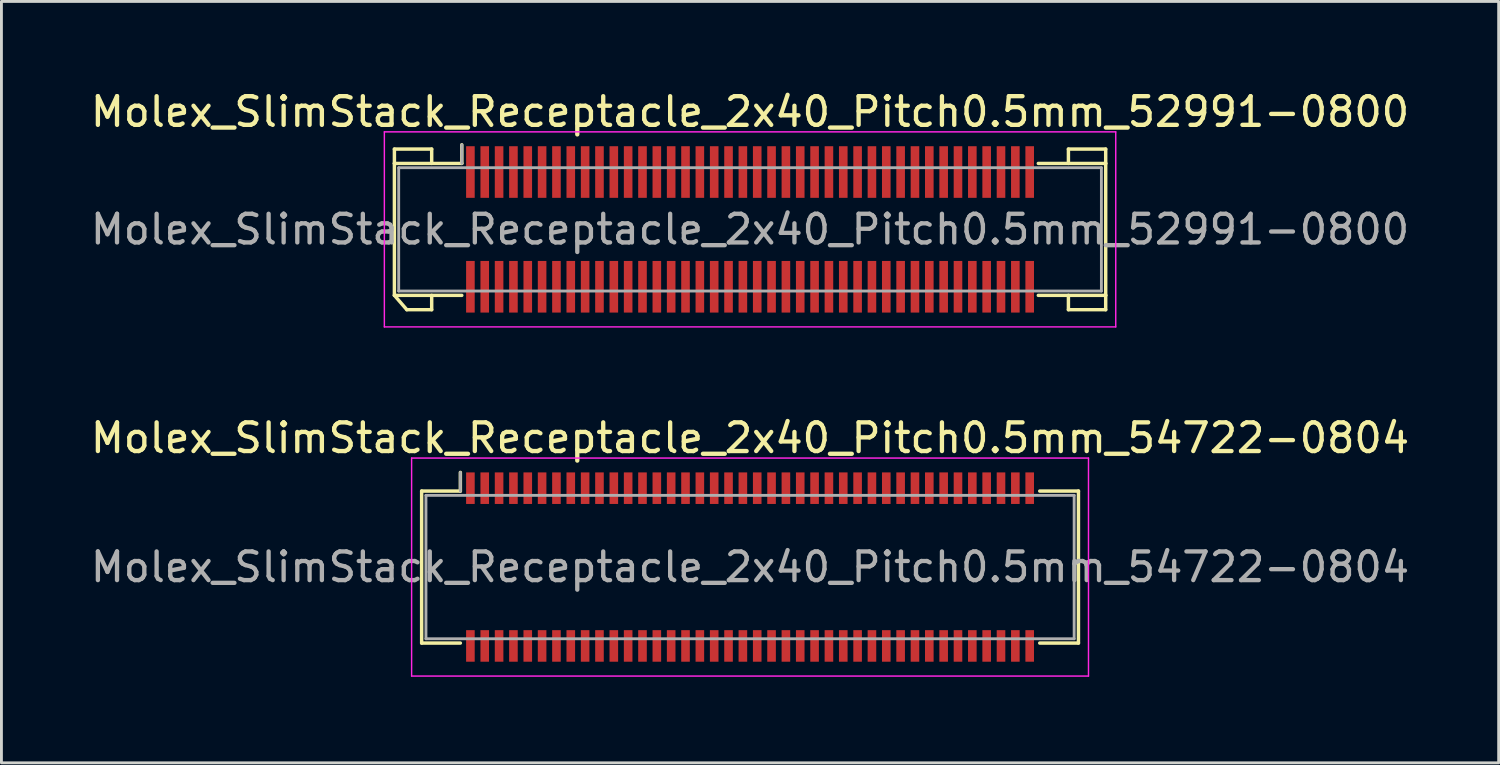
<source format=kicad_pcb>
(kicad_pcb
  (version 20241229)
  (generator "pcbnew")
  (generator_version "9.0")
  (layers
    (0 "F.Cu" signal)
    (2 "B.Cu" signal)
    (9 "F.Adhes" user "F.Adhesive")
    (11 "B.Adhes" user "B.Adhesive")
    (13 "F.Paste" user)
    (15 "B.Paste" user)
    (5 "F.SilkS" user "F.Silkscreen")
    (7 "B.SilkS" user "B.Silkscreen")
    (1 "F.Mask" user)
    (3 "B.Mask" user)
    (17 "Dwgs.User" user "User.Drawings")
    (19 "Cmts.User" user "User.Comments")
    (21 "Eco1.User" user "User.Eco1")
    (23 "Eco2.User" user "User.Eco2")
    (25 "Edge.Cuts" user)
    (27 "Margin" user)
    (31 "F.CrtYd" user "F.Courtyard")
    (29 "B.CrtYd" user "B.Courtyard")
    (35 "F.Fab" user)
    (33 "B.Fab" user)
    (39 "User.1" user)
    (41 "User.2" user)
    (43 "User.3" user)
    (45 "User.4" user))
  (footprint "Molex_SlimStack_Receptacle_2x40_Pitch0.5mm_52991-0800"
    (layer "F.Cu")
    (at 23.101 4.948)
    (property "Reference" "Molex_SlimStack_Receptacle_2x40_Pitch0.5mm_52991-0800" (at 0 -4.1 0) (layer "F.SilkS") (effects (font (size 1 1) (thickness 0.15))))
    (attr smd)
    (fp_line (start -12.4 -2.8) (end -11.1 -2.8) (stroke (width 0.12) (type solid)) (layer "F.SilkS"))
    (fp_line (start -12.4 -2.3) (end -12.4 -2.8) (stroke (width 0.12) (type solid)) (layer "F.SilkS"))
    (fp_line (start -12.4 -2.3) (end -10.05 -2.3) (stroke (width 0.12) (type solid)) (layer "F.SilkS"))
    (fp_line (start -12.4 2.3) (end -12.4 -2.3) (stroke (width 0.12) (type solid)) (layer "F.SilkS"))
    (fp_line (start -12.4 2.3) (end -11.967 2.8) (stroke (width 0.12) (type solid)) (layer "F.SilkS"))
    (fp_line (start -11.967 2.8) (end -11.1 2.8) (stroke (width 0.12) (type solid)) (layer "F.SilkS"))
    (fp_line (start -11.1 -2.8) (end -11.1 -2.3) (stroke (width 0.12) (type solid)) (layer "F.SilkS"))
    (fp_line (start -11.1 2.8) (end -11.1 2.3) (stroke (width 0.12) (type solid)) (layer "F.SilkS"))
    (fp_line (start -10.05 -2.3) (end -10.05 -2.95) (stroke (width 0.12) (type solid)) (layer "F.SilkS"))
    (fp_line (start -10.05 2.3) (end -12.4 2.3) (stroke (width 0.12) (type solid)) (layer "F.SilkS"))
    (fp_line (start 10.05 2.3) (end 12.4 2.3) (stroke (width 0.12) (type solid)) (layer "F.SilkS"))
    (fp_line (start 11.1 -2.8) (end 11.1 -2.3) (stroke (width 0.12) (type solid)) (layer "F.SilkS"))
    (fp_line (start 11.1 2.8) (end 11.1 2.3) (stroke (width 0.12) (type solid)) (layer "F.SilkS"))
    (fp_line (start 12.4 -2.8) (end 11.1 -2.8) (stroke (width 0.12) (type solid)) (layer "F.SilkS"))
    (fp_line (start 12.4 -2.3) (end 10.05 -2.3) (stroke (width 0.12) (type solid)) (layer "F.SilkS"))
    (fp_line (start 12.4 -2.3) (end 12.4 -2.8) (stroke (width 0.12) (type solid)) (layer "F.SilkS"))
    (fp_line (start 12.4 2.3) (end 12.4 -2.3) (stroke (width 0.12) (type solid)) (layer "F.SilkS"))
    (fp_line (start 12.4 2.3) (end 12.4 2.8) (stroke (width 0.12) (type solid)) (layer "F.SilkS"))
    (fp_line (start 12.4 2.8) (end 11.1 2.8) (stroke (width 0.12) (type solid)) (layer "F.SilkS"))
    (fp_line (start -12.75 -3.4) (end -12.75 3.4) (stroke (width 0.05) (type solid)) (layer "F.CrtYd"))
    (fp_line (start -12.75 3.4) (end 12.75 3.4) (stroke (width 0.05) (type solid)) (layer "F.CrtYd"))
    (fp_line (start 12.75 -3.4) (end -12.75 -3.4) (stroke (width 0.05) (type solid)) (layer "F.CrtYd"))
    (fp_line (start 12.75 3.4) (end 12.75 -3.4) (stroke (width 0.05) (type solid)) (layer "F.CrtYd"))
    (fp_line (start -12.25 -2.15) (end -12.25 2.15) (stroke (width 0.1) (type solid)) (layer "F.Fab"))
    (fp_line (start -12.25 2.15) (end 12.25 2.15) (stroke (width 0.1) (type solid)) (layer "F.Fab"))
    (fp_line (start -10.05 -2.3) (end -10.05 -2.95) (stroke (width 0.1) (type solid)) (layer "F.Fab"))
    (fp_line (start 12.25 -2.15) (end -12.25 -2.15) (stroke (width 0.1) (type solid)) (layer "F.Fab"))
    (fp_line (start 12.25 2.15) (end 12.25 -2.15) (stroke (width 0.1) (type solid)) (layer "F.Fab"))
    (fp_text user "${REFERENCE}" (at 0 0 0) (layer "F.Fab") (effects (font (size 1 1) (thickness 0.15))))
    (pad "1" smd rect (at -9.75 -2) (size 0.3 1.8) (layers "F.Cu" "F.Mask" "F.Paste"))
    (pad "2" smd rect (at -9.75 2) (size 0.3 1.8) (layers "F.Cu" "F.Mask" "F.Paste"))
    (pad "3" smd rect (at -9.25 -2) (size 0.3 1.8) (layers "F.Cu" "F.Mask" "F.Paste"))
    (pad "4" smd rect (at -9.25 2) (size 0.3 1.8) (layers "F.Cu" "F.Mask" "F.Paste"))
    (pad "5" smd rect (at -8.75 -2) (size 0.3 1.8) (layers "F.Cu" "F.Mask" "F.Paste"))
    (pad "6" smd rect (at -8.75 2) (size 0.3 1.8) (layers "F.Cu" "F.Mask" "F.Paste"))
    (pad "7" smd rect (at -8.25 -2) (size 0.3 1.8) (layers "F.Cu" "F.Mask" "F.Paste"))
    (pad "8" smd rect (at -8.25 2) (size 0.3 1.8) (layers "F.Cu" "F.Mask" "F.Paste"))
    (pad "9" smd rect (at -7.75 -2) (size 0.3 1.8) (layers "F.Cu" "F.Mask" "F.Paste"))
    (pad "10" smd rect (at -7.75 2) (size 0.3 1.8) (layers "F.Cu" "F.Mask" "F.Paste"))
    (pad "11" smd rect (at -7.25 -2) (size 0.3 1.8) (layers "F.Cu" "F.Mask" "F.Paste"))
    (pad "12" smd rect (at -7.25 2) (size 0.3 1.8) (layers "F.Cu" "F.Mask" "F.Paste"))
    (pad "13" smd rect (at -6.75 -2) (size 0.3 1.8) (layers "F.Cu" "F.Mask" "F.Paste"))
    (pad "14" smd rect (at -6.75 2) (size 0.3 1.8) (layers "F.Cu" "F.Mask" "F.Paste"))
    (pad "15" smd rect (at -6.25 -2) (size 0.3 1.8) (layers "F.Cu" "F.Mask" "F.Paste"))
    (pad "16" smd rect (at -6.25 2) (size 0.3 1.8) (layers "F.Cu" "F.Mask" "F.Paste"))
    (pad "17" smd rect (at -5.75 -2) (size 0.3 1.8) (layers "F.Cu" "F.Mask" "F.Paste"))
    (pad "18" smd rect (at -5.75 2) (size 0.3 1.8) (layers "F.Cu" "F.Mask" "F.Paste"))
    (pad "19" smd rect (at -5.25 -2) (size 0.3 1.8) (layers "F.Cu" "F.Mask" "F.Paste"))
    (pad "20" smd rect (at -5.25 2) (size 0.3 1.8) (layers "F.Cu" "F.Mask" "F.Paste"))
    (pad "21" smd rect (at -4.75 -2) (size 0.3 1.8) (layers "F.Cu" "F.Mask" "F.Paste"))
    (pad "22" smd rect (at -4.75 2) (size 0.3 1.8) (layers "F.Cu" "F.Mask" "F.Paste"))
    (pad "23" smd rect (at -4.25 -2) (size 0.3 1.8) (layers "F.Cu" "F.Mask" "F.Paste"))
    (pad "24" smd rect (at -4.25 2) (size 0.3 1.8) (layers "F.Cu" "F.Mask" "F.Paste"))
    (pad "25" smd rect (at -3.75 -2) (size 0.3 1.8) (layers "F.Cu" "F.Mask" "F.Paste"))
    (pad "26" smd rect (at -3.75 2) (size 0.3 1.8) (layers "F.Cu" "F.Mask" "F.Paste"))
    (pad "27" smd rect (at -3.25 -2) (size 0.3 1.8) (layers "F.Cu" "F.Mask" "F.Paste"))
    (pad "28" smd rect (at -3.25 2) (size 0.3 1.8) (layers "F.Cu" "F.Mask" "F.Paste"))
    (pad "29" smd rect (at -2.75 -2) (size 0.3 1.8) (layers "F.Cu" "F.Mask" "F.Paste"))
    (pad "30" smd rect (at -2.75 2) (size 0.3 1.8) (layers "F.Cu" "F.Mask" "F.Paste"))
    (pad "31" smd rect (at -2.25 -2) (size 0.3 1.8) (layers "F.Cu" "F.Mask" "F.Paste"))
    (pad "32" smd rect (at -2.25 2) (size 0.3 1.8) (layers "F.Cu" "F.Mask" "F.Paste"))
    (pad "33" smd rect (at -1.75 -2) (size 0.3 1.8) (layers "F.Cu" "F.Mask" "F.Paste"))
    (pad "34" smd rect (at -1.75 2) (size 0.3 1.8) (layers "F.Cu" "F.Mask" "F.Paste"))
    (pad "35" smd rect (at -1.25 -2) (size 0.3 1.8) (layers "F.Cu" "F.Mask" "F.Paste"))
    (pad "36" smd rect (at -1.25 2) (size 0.3 1.8) (layers "F.Cu" "F.Mask" "F.Paste"))
    (pad "37" smd rect (at -0.75 -2) (size 0.3 1.8) (layers "F.Cu" "F.Mask" "F.Paste"))
    (pad "38" smd rect (at -0.75 2) (size 0.3 1.8) (layers "F.Cu" "F.Mask" "F.Paste"))
    (pad "39" smd rect (at -0.25 -2) (size 0.3 1.8) (layers "F.Cu" "F.Mask" "F.Paste"))
    (pad "40" smd rect (at -0.25 2) (size 0.3 1.8) (layers "F.Cu" "F.Mask" "F.Paste"))
    (pad "41" smd rect (at 0.25 -2) (size 0.3 1.8) (layers "F.Cu" "F.Mask" "F.Paste"))
    (pad "42" smd rect (at 0.25 2) (size 0.3 1.8) (layers "F.Cu" "F.Mask" "F.Paste"))
    (pad "43" smd rect (at 0.75 -2) (size 0.3 1.8) (layers "F.Cu" "F.Mask" "F.Paste"))
    (pad "44" smd rect (at 0.75 2) (size 0.3 1.8) (layers "F.Cu" "F.Mask" "F.Paste"))
    (pad "45" smd rect (at 1.25 -2) (size 0.3 1.8) (layers "F.Cu" "F.Mask" "F.Paste"))
    (pad "46" smd rect (at 1.25 2) (size 0.3 1.8) (layers "F.Cu" "F.Mask" "F.Paste"))
    (pad "47" smd rect (at 1.75 -2) (size 0.3 1.8) (layers "F.Cu" "F.Mask" "F.Paste"))
    (pad "48" smd rect (at 1.75 2) (size 0.3 1.8) (layers "F.Cu" "F.Mask" "F.Paste"))
    (pad "49" smd rect (at 2.25 -2) (size 0.3 1.8) (layers "F.Cu" "F.Mask" "F.Paste"))
    (pad "50" smd rect (at 2.25 2) (size 0.3 1.8) (layers "F.Cu" "F.Mask" "F.Paste"))
    (pad "51" smd rect (at 2.75 -2) (size 0.3 1.8) (layers "F.Cu" "F.Mask" "F.Paste"))
    (pad "52" smd rect (at 2.75 2) (size 0.3 1.8) (layers "F.Cu" "F.Mask" "F.Paste"))
    (pad "53" smd rect (at 3.25 -2) (size 0.3 1.8) (layers "F.Cu" "F.Mask" "F.Paste"))
    (pad "54" smd rect (at 3.25 2) (size 0.3 1.8) (layers "F.Cu" "F.Mask" "F.Paste"))
    (pad "55" smd rect (at 3.75 -2) (size 0.3 1.8) (layers "F.Cu" "F.Mask" "F.Paste"))
    (pad "56" smd rect (at 3.75 2) (size 0.3 1.8) (layers "F.Cu" "F.Mask" "F.Paste"))
    (pad "57" smd rect (at 4.25 -2) (size 0.3 1.8) (layers "F.Cu" "F.Mask" "F.Paste"))
    (pad "58" smd rect (at 4.25 2) (size 0.3 1.8) (layers "F.Cu" "F.Mask" "F.Paste"))
    (pad "59" smd rect (at 4.75 -2) (size 0.3 1.8) (layers "F.Cu" "F.Mask" "F.Paste"))
    (pad "60" smd rect (at 4.75 2) (size 0.3 1.8) (layers "F.Cu" "F.Mask" "F.Paste"))
    (pad "61" smd rect (at 5.25 -2) (size 0.3 1.8) (layers "F.Cu" "F.Mask" "F.Paste"))
    (pad "62" smd rect (at 5.25 2) (size 0.3 1.8) (layers "F.Cu" "F.Mask" "F.Paste"))
    (pad "63" smd rect (at 5.75 -2) (size 0.3 1.8) (layers "F.Cu" "F.Mask" "F.Paste"))
    (pad "64" smd rect (at 5.75 2) (size 0.3 1.8) (layers "F.Cu" "F.Mask" "F.Paste"))
    (pad "65" smd rect (at 6.25 -2) (size 0.3 1.8) (layers "F.Cu" "F.Mask" "F.Paste"))
    (pad "66" smd rect (at 6.25 2) (size 0.3 1.8) (layers "F.Cu" "F.Mask" "F.Paste"))
    (pad "67" smd rect (at 6.75 -2) (size 0.3 1.8) (layers "F.Cu" "F.Mask" "F.Paste"))
    (pad "68" smd rect (at 6.75 2) (size 0.3 1.8) (layers "F.Cu" "F.Mask" "F.Paste"))
    (pad "69" smd rect (at 7.25 -2) (size 0.3 1.8) (layers "F.Cu" "F.Mask" "F.Paste"))
    (pad "70" smd rect (at 7.25 2) (size 0.3 1.8) (layers "F.Cu" "F.Mask" "F.Paste"))
    (pad "71" smd rect (at 7.75 -2) (size 0.3 1.8) (layers "F.Cu" "F.Mask" "F.Paste"))
    (pad "72" smd rect (at 7.75 2) (size 0.3 1.8) (layers "F.Cu" "F.Mask" "F.Paste"))
    (pad "73" smd rect (at 8.25 -2) (size 0.3 1.8) (layers "F.Cu" "F.Mask" "F.Paste"))
    (pad "74" smd rect (at 8.25 2) (size 0.3 1.8) (layers "F.Cu" "F.Mask" "F.Paste"))
    (pad "75" smd rect (at 8.75 -2) (size 0.3 1.8) (layers "F.Cu" "F.Mask" "F.Paste"))
    (pad "76" smd rect (at 8.75 2) (size 0.3 1.8) (layers "F.Cu" "F.Mask" "F.Paste"))
    (pad "77" smd rect (at 9.25 -2) (size 0.3 1.8) (layers "F.Cu" "F.Mask" "F.Paste"))
    (pad "78" smd rect (at 9.25 2) (size 0.3 1.8) (layers "F.Cu" "F.Mask" "F.Paste"))
    (pad "79" smd rect (at 9.75 -2) (size 0.3 1.8) (layers "F.Cu" "F.Mask" "F.Paste"))
    (pad "80" smd rect (at 9.75 2) (size 0.3 1.8) (layers "F.Cu" "F.Mask" "F.Paste")))
  (footprint "Molex_SlimStack_Receptacle_2x40_Pitch0.5mm_54722-0804"
    (layer "F.Cu")
    (at 23.101 16.721)
    (property "Reference" "Molex_SlimStack_Receptacle_2x40_Pitch0.5mm_54722-0804" (at 0 -4.5 0) (layer "F.SilkS") (effects (font (size 1 1) (thickness 0.15))))
    (attr smd)
    (fp_line (start -11.45 -2.65) (end -10.1 -2.65) (stroke (width 0.12) (type solid)) (layer "F.SilkS"))
    (fp_line (start -11.45 2.65) (end -11.45 -2.65) (stroke (width 0.12) (type solid)) (layer "F.SilkS"))
    (fp_line (start -10.1 -2.65) (end -10.1 -3.3) (stroke (width 0.12) (type solid)) (layer "F.SilkS"))
    (fp_line (start -10.1 2.65) (end -11.45 2.65) (stroke (width 0.12) (type solid)) (layer "F.SilkS"))
    (fp_line (start 10.1 2.65) (end 11.45 2.65) (stroke (width 0.12) (type solid)) (layer "F.SilkS"))
    (fp_line (start 11.45 -2.65) (end 10.1 -2.65) (stroke (width 0.12) (type solid)) (layer "F.SilkS"))
    (fp_line (start 11.45 2.65) (end 11.45 -2.65) (stroke (width 0.12) (type solid)) (layer "F.SilkS"))
    (fp_line (start -11.8 -3.8) (end -11.8 3.8) (stroke (width 0.05) (type solid)) (layer "F.CrtYd"))
    (fp_line (start -11.8 3.8) (end 11.8 3.8) (stroke (width 0.05) (type solid)) (layer "F.CrtYd"))
    (fp_line (start 11.8 -3.8) (end -11.8 -3.8) (stroke (width 0.05) (type solid)) (layer "F.CrtYd"))
    (fp_line (start 11.8 3.8) (end 11.8 -3.8) (stroke (width 0.05) (type solid)) (layer "F.CrtYd"))
    (fp_line (start -11.3 -2.5) (end -11.3 2.5) (stroke (width 0.1) (type solid)) (layer "F.Fab"))
    (fp_line (start -11.3 2.5) (end 11.3 2.5) (stroke (width 0.1) (type solid)) (layer "F.Fab"))
    (fp_line (start -10.1 -2.65) (end -10.1 -3.3) (stroke (width 0.1) (type solid)) (layer "F.Fab"))
    (fp_line (start 11.3 -2.5) (end -11.3 -2.5) (stroke (width 0.1) (type solid)) (layer "F.Fab"))
    (fp_line (start 11.3 2.5) (end 11.3 -2.5) (stroke (width 0.1) (type solid)) (layer "F.Fab"))
    (fp_text user "${REFERENCE}" (at 0 0 0) (layer "F.Fab") (effects (font (size 1 1) (thickness 0.15))))
    (pad "1" smd rect (at -9.75 -2.75) (size 0.3 1.1) (layers "F.Cu" "F.Mask" "F.Paste"))
    (pad "2" smd rect (at -9.75 2.75) (size 0.3 1.1) (layers "F.Cu" "F.Mask" "F.Paste"))
    (pad "3" smd rect (at -9.25 -2.75) (size 0.3 1.1) (layers "F.Cu" "F.Mask" "F.Paste"))
    (pad "4" smd rect (at -9.25 2.75) (size 0.3 1.1) (layers "F.Cu" "F.Mask" "F.Paste"))
    (pad "5" smd rect (at -8.75 -2.75) (size 0.3 1.1) (layers "F.Cu" "F.Mask" "F.Paste"))
    (pad "6" smd rect (at -8.75 2.75) (size 0.3 1.1) (layers "F.Cu" "F.Mask" "F.Paste"))
    (pad "7" smd rect (at -8.25 -2.75) (size 0.3 1.1) (layers "F.Cu" "F.Mask" "F.Paste"))
    (pad "8" smd rect (at -8.25 2.75) (size 0.3 1.1) (layers "F.Cu" "F.Mask" "F.Paste"))
    (pad "9" smd rect (at -7.75 -2.75) (size 0.3 1.1) (layers "F.Cu" "F.Mask" "F.Paste"))
    (pad "10" smd rect (at -7.75 2.75) (size 0.3 1.1) (layers "F.Cu" "F.Mask" "F.Paste"))
    (pad "11" smd rect (at -7.25 -2.75) (size 0.3 1.1) (layers "F.Cu" "F.Mask" "F.Paste"))
    (pad "12" smd rect (at -7.25 2.75) (size 0.3 1.1) (layers "F.Cu" "F.Mask" "F.Paste"))
    (pad "13" smd rect (at -6.75 -2.75) (size 0.3 1.1) (layers "F.Cu" "F.Mask" "F.Paste"))
    (pad "14" smd rect (at -6.75 2.75) (size 0.3 1.1) (layers "F.Cu" "F.Mask" "F.Paste"))
    (pad "15" smd rect (at -6.25 -2.75) (size 0.3 1.1) (layers "F.Cu" "F.Mask" "F.Paste"))
    (pad "16" smd rect (at -6.25 2.75) (size 0.3 1.1) (layers "F.Cu" "F.Mask" "F.Paste"))
    (pad "17" smd rect (at -5.75 -2.75) (size 0.3 1.1) (layers "F.Cu" "F.Mask" "F.Paste"))
    (pad "18" smd rect (at -5.75 2.75) (size 0.3 1.1) (layers "F.Cu" "F.Mask" "F.Paste"))
    (pad "19" smd rect (at -5.25 -2.75) (size 0.3 1.1) (layers "F.Cu" "F.Mask" "F.Paste"))
    (pad "20" smd rect (at -5.25 2.75) (size 0.3 1.1) (layers "F.Cu" "F.Mask" "F.Paste"))
    (pad "21" smd rect (at -4.75 -2.75) (size 0.3 1.1) (layers "F.Cu" "F.Mask" "F.Paste"))
    (pad "22" smd rect (at -4.75 2.75) (size 0.3 1.1) (layers "F.Cu" "F.Mask" "F.Paste"))
    (pad "23" smd rect (at -4.25 -2.75) (size 0.3 1.1) (layers "F.Cu" "F.Mask" "F.Paste"))
    (pad "24" smd rect (at -4.25 2.75) (size 0.3 1.1) (layers "F.Cu" "F.Mask" "F.Paste"))
    (pad "25" smd rect (at -3.75 -2.75) (size 0.3 1.1) (layers "F.Cu" "F.Mask" "F.Paste"))
    (pad "26" smd rect (at -3.75 2.75) (size 0.3 1.1) (layers "F.Cu" "F.Mask" "F.Paste"))
    (pad "27" smd rect (at -3.25 -2.75) (size 0.3 1.1) (layers "F.Cu" "F.Mask" "F.Paste"))
    (pad "28" smd rect (at -3.25 2.75) (size 0.3 1.1) (layers "F.Cu" "F.Mask" "F.Paste"))
    (pad "29" smd rect (at -2.75 -2.75) (size 0.3 1.1) (layers "F.Cu" "F.Mask" "F.Paste"))
    (pad "30" smd rect (at -2.75 2.75) (size 0.3 1.1) (layers "F.Cu" "F.Mask" "F.Paste"))
    (pad "31" smd rect (at -2.25 -2.75) (size 0.3 1.1) (layers "F.Cu" "F.Mask" "F.Paste"))
    (pad "32" smd rect (at -2.25 2.75) (size 0.3 1.1) (layers "F.Cu" "F.Mask" "F.Paste"))
    (pad "33" smd rect (at -1.75 -2.75) (size 0.3 1.1) (layers "F.Cu" "F.Mask" "F.Paste"))
    (pad "34" smd rect (at -1.75 2.75) (size 0.3 1.1) (layers "F.Cu" "F.Mask" "F.Paste"))
    (pad "35" smd rect (at -1.25 -2.75) (size 0.3 1.1) (layers "F.Cu" "F.Mask" "F.Paste"))
    (pad "36" smd rect (at -1.25 2.75) (size 0.3 1.1) (layers "F.Cu" "F.Mask" "F.Paste"))
    (pad "37" smd rect (at -0.75 -2.75) (size 0.3 1.1) (layers "F.Cu" "F.Mask" "F.Paste"))
    (pad "38" smd rect (at -0.75 2.75) (size 0.3 1.1) (layers "F.Cu" "F.Mask" "F.Paste"))
    (pad "39" smd rect (at -0.25 -2.75) (size 0.3 1.1) (layers "F.Cu" "F.Mask" "F.Paste"))
    (pad "40" smd rect (at -0.25 2.75) (size 0.3 1.1) (layers "F.Cu" "F.Mask" "F.Paste"))
    (pad "41" smd rect (at 0.25 -2.75) (size 0.3 1.1) (layers "F.Cu" "F.Mask" "F.Paste"))
    (pad "42" smd rect (at 0.25 2.75) (size 0.3 1.1) (layers "F.Cu" "F.Mask" "F.Paste"))
    (pad "43" smd rect (at 0.75 -2.75) (size 0.3 1.1) (layers "F.Cu" "F.Mask" "F.Paste"))
    (pad "44" smd rect (at 0.75 2.75) (size 0.3 1.1) (layers "F.Cu" "F.Mask" "F.Paste"))
    (pad "45" smd rect (at 1.25 -2.75) (size 0.3 1.1) (layers "F.Cu" "F.Mask" "F.Paste"))
    (pad "46" smd rect (at 1.25 2.75) (size 0.3 1.1) (layers "F.Cu" "F.Mask" "F.Paste"))
    (pad "47" smd rect (at 1.75 -2.75) (size 0.3 1.1) (layers "F.Cu" "F.Mask" "F.Paste"))
    (pad "48" smd rect (at 1.75 2.75) (size 0.3 1.1) (layers "F.Cu" "F.Mask" "F.Paste"))
    (pad "49" smd rect (at 2.25 -2.75) (size 0.3 1.1) (layers "F.Cu" "F.Mask" "F.Paste"))
    (pad "50" smd rect (at 2.25 2.75) (size 0.3 1.1) (layers "F.Cu" "F.Mask" "F.Paste"))
    (pad "51" smd rect (at 2.75 -2.75) (size 0.3 1.1) (layers "F.Cu" "F.Mask" "F.Paste"))
    (pad "52" smd rect (at 2.75 2.75) (size 0.3 1.1) (layers "F.Cu" "F.Mask" "F.Paste"))
    (pad "53" smd rect (at 3.25 -2.75) (size 0.3 1.1) (layers "F.Cu" "F.Mask" "F.Paste"))
    (pad "54" smd rect (at 3.25 2.75) (size 0.3 1.1) (layers "F.Cu" "F.Mask" "F.Paste"))
    (pad "55" smd rect (at 3.75 -2.75) (size 0.3 1.1) (layers "F.Cu" "F.Mask" "F.Paste"))
    (pad "56" smd rect (at 3.75 2.75) (size 0.3 1.1) (layers "F.Cu" "F.Mask" "F.Paste"))
    (pad "57" smd rect (at 4.25 -2.75) (size 0.3 1.1) (layers "F.Cu" "F.Mask" "F.Paste"))
    (pad "58" smd rect (at 4.25 2.75) (size 0.3 1.1) (layers "F.Cu" "F.Mask" "F.Paste"))
    (pad "59" smd rect (at 4.75 -2.75) (size 0.3 1.1) (layers "F.Cu" "F.Mask" "F.Paste"))
    (pad "60" smd rect (at 4.75 2.75) (size 0.3 1.1) (layers "F.Cu" "F.Mask" "F.Paste"))
    (pad "61" smd rect (at 5.25 -2.75) (size 0.3 1.1) (layers "F.Cu" "F.Mask" "F.Paste"))
    (pad "62" smd rect (at 5.25 2.75) (size 0.3 1.1) (layers "F.Cu" "F.Mask" "F.Paste"))
    (pad "63" smd rect (at 5.75 -2.75) (size 0.3 1.1) (layers "F.Cu" "F.Mask" "F.Paste"))
    (pad "64" smd rect (at 5.75 2.75) (size 0.3 1.1) (layers "F.Cu" "F.Mask" "F.Paste"))
    (pad "65" smd rect (at 6.25 -2.75) (size 0.3 1.1) (layers "F.Cu" "F.Mask" "F.Paste"))
    (pad "66" smd rect (at 6.25 2.75) (size 0.3 1.1) (layers "F.Cu" "F.Mask" "F.Paste"))
    (pad "67" smd rect (at 6.75 -2.75) (size 0.3 1.1) (layers "F.Cu" "F.Mask" "F.Paste"))
    (pad "68" smd rect (at 6.75 2.75) (size 0.3 1.1) (layers "F.Cu" "F.Mask" "F.Paste"))
    (pad "69" smd rect (at 7.25 -2.75) (size 0.3 1.1) (layers "F.Cu" "F.Mask" "F.Paste"))
    (pad "70" smd rect (at 7.25 2.75) (size 0.3 1.1) (layers "F.Cu" "F.Mask" "F.Paste"))
    (pad "71" smd rect (at 7.75 -2.75) (size 0.3 1.1) (layers "F.Cu" "F.Mask" "F.Paste"))
    (pad "72" smd rect (at 7.75 2.75) (size 0.3 1.1) (layers "F.Cu" "F.Mask" "F.Paste"))
    (pad "73" smd rect (at 8.25 -2.75) (size 0.3 1.1) (layers "F.Cu" "F.Mask" "F.Paste"))
    (pad "74" smd rect (at 8.25 2.75) (size 0.3 1.1) (layers "F.Cu" "F.Mask" "F.Paste"))
    (pad "75" smd rect (at 8.75 -2.75) (size 0.3 1.1) (layers "F.Cu" "F.Mask" "F.Paste"))
    (pad "76" smd rect (at 8.75 2.75) (size 0.3 1.1) (layers "F.Cu" "F.Mask" "F.Paste"))
    (pad "77" smd rect (at 9.25 -2.75) (size 0.3 1.1) (layers "F.Cu" "F.Mask" "F.Paste"))
    (pad "78" smd rect (at 9.25 2.75) (size 0.3 1.1) (layers "F.Cu" "F.Mask" "F.Paste"))
    (pad "79" smd rect (at 9.75 -2.75) (size 0.3 1.1) (layers "F.Cu" "F.Mask" "F.Paste"))
    (pad "80" smd rect (at 9.75 2.75) (size 0.3 1.1) (layers "F.Cu" "F.Mask" "F.Paste")))
  (gr_rect
    (start -3 -3)
    (end 49.202 23.547)
    (stroke (width 0.1) (type default))
    (fill no)
    (layer "Edge.Cuts")))
</source>
